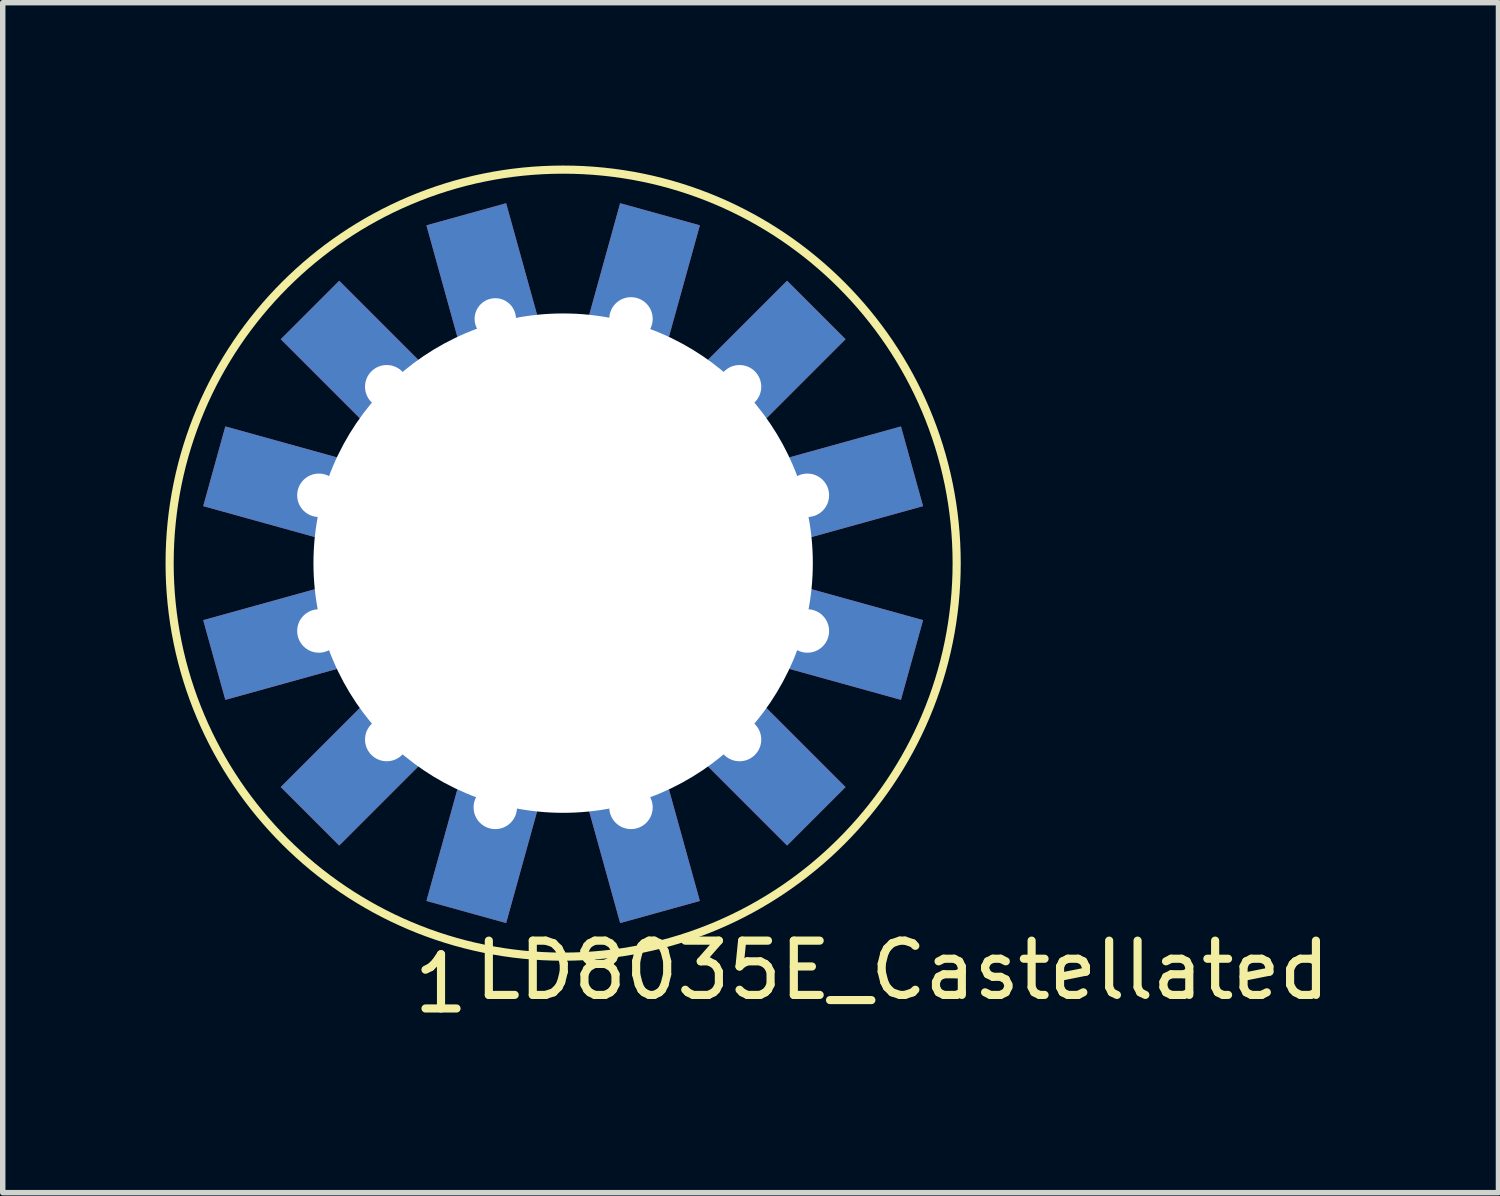
<source format=kicad_pcb>
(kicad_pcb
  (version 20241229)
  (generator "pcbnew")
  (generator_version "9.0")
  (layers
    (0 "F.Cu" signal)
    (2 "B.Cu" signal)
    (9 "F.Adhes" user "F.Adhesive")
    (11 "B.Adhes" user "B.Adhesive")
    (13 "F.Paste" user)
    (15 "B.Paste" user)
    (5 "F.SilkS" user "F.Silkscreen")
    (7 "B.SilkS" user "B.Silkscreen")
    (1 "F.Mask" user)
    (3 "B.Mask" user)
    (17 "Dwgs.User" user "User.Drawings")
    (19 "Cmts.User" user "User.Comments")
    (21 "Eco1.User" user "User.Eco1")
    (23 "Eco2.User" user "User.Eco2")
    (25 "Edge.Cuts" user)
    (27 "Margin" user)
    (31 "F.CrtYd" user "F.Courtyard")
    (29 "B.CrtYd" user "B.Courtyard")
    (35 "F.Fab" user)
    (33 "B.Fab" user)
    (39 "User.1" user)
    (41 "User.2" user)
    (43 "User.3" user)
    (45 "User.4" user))
  (footprint "LD8035E_Castellated"
    (layer "F.Cu")
    (at 7.325 7.325)
    (property "Reference" "LD8035E_Castellated" (at 6.25 7.5 0) (layer "F.SilkS") (effects (font (size 1 1) (thickness 0.15))))
    (attr through_hole)
    (fp_circle (center 0 0) (end 7.25 0) (stroke (width 0.15) (type solid)) (fill no) (layer "F.SilkS"))
    (fp_text user "1" (at -2.25 7.75 0) (layer "F.SilkS") (effects (font (size 1 1) (thickness 0.15))))
    (pad "" np_thru_hole circle (at 0 0) (size 9.2 9.2) (drill 9.2) (layers "*.Cu" "*.Mask"))
    (pad "1" thru_hole rect (at 1.25 4.5 195.5) (size 1.524 2.5) (drill 0.8 (offset 0 -0.75)) (layers "*.Cu" "*.Mask"))
    (pad "2" thru_hole rect (at 3.25 3.25 225) (size 1.524 2.5) (drill 0.8 (offset 0 -0.75)) (layers "*.Cu" "*.Mask"))
    (pad "3" thru_hole rect (at 4.5 1.25 254.5) (size 1.524 2.5) (drill 0.8 (offset 0 -0.75)) (layers "*.Cu" "*.Mask"))
    (pad "4" thru_hole rect (at 4.5 -1.25 285.5) (size 1.524 2.5) (drill 0.8 (offset 0 -0.75)) (layers "*.Cu" "*.Mask"))
    (pad "5" thru_hole rect (at 3.25 -3.25 315) (size 1.524 2.5) (drill 0.8 (offset 0 -0.75)) (layers "*.Cu" "*.Mask"))
    (pad "6" thru_hole rect (at 1.25 -4.5 344.5) (size 1.524 2.5) (drill 0.8 (offset 0 -0.75)) (layers "*.Cu" "*.Mask"))
    (pad "7" thru_hole rect (at -1.25 -4.5 15.5) (size 1.524 2.5) (drill 0.762 (offset 0 -0.75)) (layers "*.Cu" "*.Mask"))
    (pad "8" thru_hole rect (at -3.25 -3.25 45) (size 1.524 2.5) (drill 0.8 (offset 0 -0.75)) (layers "*.Cu" "*.Mask"))
    (pad "9" thru_hole rect (at -4.5 -1.25 74.5) (size 1.524 2.5) (drill 0.8 (offset 0 -0.75)) (layers "*.Cu" "*.Mask"))
    (pad "10" thru_hole rect (at -4.5 1.25 105.5) (size 1.524 2.5) (drill 0.8 (offset 0 -0.75)) (layers "*.Cu" "*.Mask"))
    (pad "11" thru_hole rect (at -3.25 3.25 135) (size 1.524 2.5) (drill 0.8 (offset 0 -0.75)) (layers "*.Cu" "*.Mask"))
    (pad "12" thru_hole rect (at -1.25 4.5 164.5) (size 1.524 2.5) (drill 0.8 (offset 0 -0.75)) (layers "*.Cu" "*.Mask")))
  (gr_rect
    (start -3 -3)
    (end 24.557 18.923)
    (stroke (width 0.1) (type default))
    (fill no)
    (layer "Edge.Cuts")))
</source>
